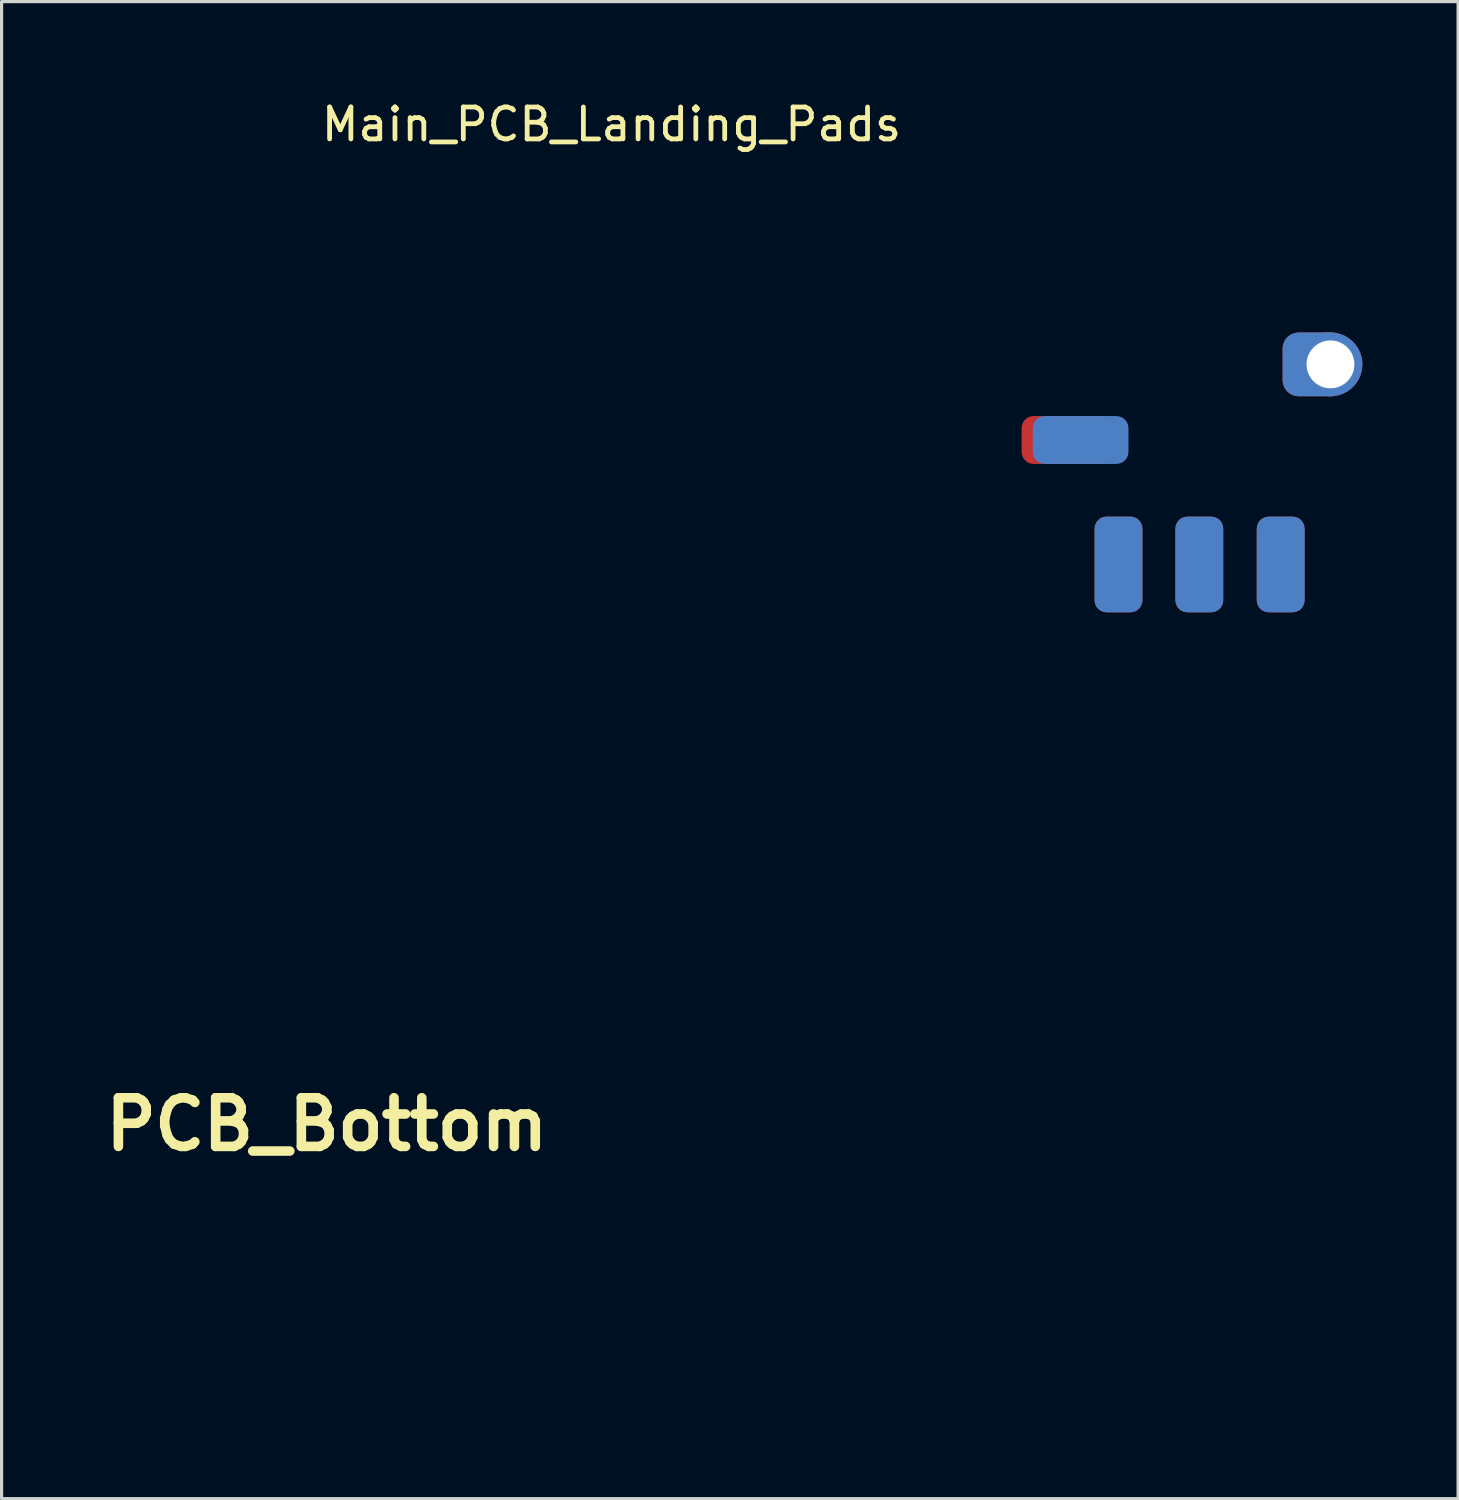
<source format=kicad_pcb>
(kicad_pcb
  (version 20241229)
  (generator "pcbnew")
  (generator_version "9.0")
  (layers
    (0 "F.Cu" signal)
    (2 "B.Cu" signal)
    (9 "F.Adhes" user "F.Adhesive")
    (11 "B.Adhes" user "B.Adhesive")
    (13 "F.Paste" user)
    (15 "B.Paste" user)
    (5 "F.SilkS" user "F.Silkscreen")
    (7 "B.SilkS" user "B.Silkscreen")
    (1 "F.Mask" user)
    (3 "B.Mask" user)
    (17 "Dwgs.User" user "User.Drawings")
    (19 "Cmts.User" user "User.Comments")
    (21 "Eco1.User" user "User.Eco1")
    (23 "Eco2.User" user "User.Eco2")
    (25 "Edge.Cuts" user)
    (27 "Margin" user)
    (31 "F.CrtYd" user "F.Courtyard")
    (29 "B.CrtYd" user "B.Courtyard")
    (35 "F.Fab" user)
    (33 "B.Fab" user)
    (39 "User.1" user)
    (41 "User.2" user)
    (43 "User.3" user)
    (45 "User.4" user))
  (footprint "Main_PCB_Landing_Pads"
    (layer "F.Cu")
    (at 19.292 11.708)
    (property "Reference" "Main_PCB_Landing_Pads" (at -3.18 -10.86 0) (layer "F.SilkS") (effects (font (size 1 1) (thickness 0.15))))
    (attr through_hole)
    (fp_poly (pts (xy 9.964 -3.34) (xy 11.17 -3.34) (xy 11.17 -8.698) (xy 19.335 -8.698) (xy 19.335 -4.32) (xy 19.252 -4.307) (xy 19.116 -4.262) (xy 19 -4.18) (xy 18.914 -4.066) (xy 18.908 -4.055) (xy 18.858 -3.913) (xy 18.852 -3.777) (xy 18.891 -3.637) (xy 18.908 -3.599) (xy 18.991 -3.483) (xy 19.104 -3.398) (xy 19.239 -3.35) (xy 19.252 -3.347) (xy 19.335 -3.334) (xy 19.335 4.396) (xy 17.149 6.582) (xy 14.963 8.768) (xy -19.287 8.768) (xy -19.287 5.692) (xy -9.251 5.692) (xy -9.231 5.847) (xy -9.172 5.98) (xy -9.072 6.092) (xy -9.064 6.099) (xy -8.935 6.177) (xy -8.791 6.214) (xy -8.639 6.209) (xy -8.488 6.162) (xy -8.487 6.162) (xy -8.359 6.079) (xy -8.268 5.97) (xy -8.215 5.833) (xy -8.206 5.749) (xy -6.963 5.749) (xy -6.962 5.752) (xy -6.924 5.901) (xy -6.851 6.025) (xy -6.749 6.121) (xy -6.627 6.187) (xy -6.489 6.217) (xy -6.343 6.21) (xy -6.196 6.161) (xy -6.178 6.152) (xy -6.06 6.067) (xy -5.975 5.957) (xy -5.923 5.831) (xy -5.906 5.701) (xy -4.672 5.701) (xy -4.659 5.826) (xy -4.647 5.871) (xy -4.581 6) (xy -4.482 6.102) (xy -4.358 6.174) (xy -4.216 6.211) (xy -4.063 6.212) (xy -3.977 6.194) (xy -3.852 6.137) (xy -3.75 6.046) (xy -3.675 5.93) (xy -3.631 5.798) (xy -3.623 5.694) (xy -2.386 5.694) (xy -2.364 5.848) (xy -2.304 5.98) (xy -2.215 6.086) (xy -2.1 6.163) (xy -1.968 6.208) (xy -1.824 6.216) (xy -1.674 6.183) (xy -1.62 6.161) (xy -1.499 6.082) (xy -1.411 5.979) (xy -1.355 5.858) (xy -1.335 5.749) (xy -0.097 5.749) (xy -0.096 5.752) (xy -0.057 5.905) (xy 0.018 6.032) (xy 0.125 6.129) (xy 0.259 6.191) (xy 0.415 6.216) (xy 0.43 6.216) (xy 0.538 6.206) (xy 0.635 6.18) (xy 0.65 6.173) (xy 0.785 6.09) (xy 0.881 5.98) (xy 0.939 5.842) (xy 0.956 5.752) (xy 0.954 5.595) (xy 0.912 5.454) (xy 0.834 5.335) (xy 0.725 5.244) (xy 0.589 5.185) (xy 0.433 5.163) (xy 0.43 5.163) (xy 0.273 5.184) (xy 0.138 5.242) (xy 0.028 5.333) (xy -0.05 5.452) (xy -0.094 5.592) (xy -0.097 5.749) (xy -1.335 5.749) (xy -1.331 5.728) (xy -1.339 5.596) (xy -1.377 5.469) (xy -1.445 5.354) (xy -1.543 5.259) (xy -1.669 5.192) (xy -1.703 5.18) (xy -1.857 5.157) (xy -2.001 5.176) (xy -2.132 5.231) (xy -2.241 5.318) (xy -2.324 5.432) (xy -2.374 5.57) (xy -2.386 5.694) (xy -3.623 5.694) (xy -3.62 5.657) (xy -3.645 5.516) (xy -3.677 5.439) (xy -3.762 5.319) (xy -3.871 5.232) (xy -3.997 5.179) (xy -4.131 5.159) (xy -4.266 5.172) (xy -4.395 5.217) (xy -4.508 5.296) (xy -4.6 5.406) (xy -4.63 5.463) (xy -4.661 5.573) (xy -4.672 5.701) (xy -5.906 5.701) (xy -5.905 5.697) (xy -5.92 5.561) (xy -5.969 5.433) (xy -6.05 5.319) (xy -6.165 5.227) (xy -6.189 5.214) (xy -6.277 5.179) (xy -6.381 5.165) (xy -6.436 5.163) (xy -6.593 5.184) (xy -6.728 5.242) (xy -6.838 5.333) (xy -6.916 5.452) (xy -6.96 5.592) (xy -6.963 5.749) (xy -8.206 5.749) (xy -8.199 5.686) (xy -8.221 5.532) (xy -8.279 5.398) (xy -8.369 5.289) (xy -8.485 5.21) (xy -8.62 5.166) (xy -8.769 5.161) (xy -8.825 5.169) (xy -8.978 5.222) (xy -9.099 5.308) (xy -9.187 5.423) (xy -9.239 5.565) (xy -9.251 5.692) (xy -19.287 5.692) (xy -19.287 3.64) (xy -17.51 3.64) (xy -17.505 3.854) (xy -17.461 4.061) (xy -17.379 4.254) (xy -17.262 4.429) (xy -17.111 4.579) (xy -16.928 4.7) (xy -16.889 4.72) (xy -16.697 4.797) (xy -16.514 4.836) (xy -16.323 4.838) (xy -16.202 4.824) (xy -16.057 4.788) (xy -15.901 4.726) (xy -15.752 4.647) (xy -15.63 4.56) (xy -15.63 4.56) (xy -15.562 4.492) (xy -15.491 4.408) (xy -15.454 4.356) (xy -15.347 4.155) (xy -15.282 3.947) (xy -15.256 3.737) (xy -15.257 3.721) (xy -10.402 3.721) (xy -10.378 3.866) (xy -10.312 4.005) (xy -10.293 4.031) (xy -10.189 4.135) (xy -10.061 4.204) (xy -9.919 4.236) (xy -9.771 4.229) (xy -9.627 4.182) (xy -9.619 4.178) (xy -9.5 4.093) (xy -9.412 3.982) (xy -9.358 3.853) (xy -9.344 3.755) (xy -8.106 3.755) (xy -8.077 3.897) (xy -8.01 4.024) (xy -7.909 4.13) (xy -7.774 4.207) (xy -7.763 4.212) (xy -7.656 4.234) (xy -7.53 4.233) (xy -7.405 4.21) (xy -7.323 4.178) (xy -7.208 4.095) (xy -7.122 3.983) (xy -7.069 3.851) (xy -7.05 3.708) (xy -7.05 3.707) (xy -5.821 3.707) (xy -5.803 3.85) (xy -5.751 3.978) (xy -5.669 4.087) (xy -5.563 4.17) (xy -5.438 4.224) (xy -5.299 4.244) (xy -5.151 4.223) (xy -5.118 4.212) (xy -4.985 4.147) (xy -4.886 4.057) (xy -4.824 3.958) (xy -4.775 3.811) (xy -4.771 3.714) (xy -3.537 3.714) (xy -3.519 3.839) (xy -3.472 3.957) (xy -3.399 4.061) (xy -3.304 4.146) (xy -3.192 4.207) (xy -3.066 4.239) (xy -2.929 4.236) (xy -2.787 4.194) (xy -2.753 4.178) (xy -2.634 4.093) (xy -2.543 3.976) (xy -2.486 3.839) (xy -2.478 3.778) (xy -1.238 3.778) (xy -1.201 3.918) (xy -1.127 4.043) (xy -1.02 4.145) (xy -0.897 4.212) (xy -0.789 4.234) (xy -0.663 4.233) (xy -0.537 4.209) (xy -0.455 4.178) (xy -0.348 4.098) (xy -0.261 3.986) (xy -0.203 3.85) (xy -0.195 3.818) (xy -0.181 3.737) (xy -0.182 3.668) (xy -0.193 3.617) (xy 7.465 3.617) (xy 7.467 3.82) (xy 7.504 4.02) (xy 7.576 4.21) (xy 7.681 4.384) (xy 7.818 4.538) (xy 7.988 4.666) (xy 8.089 4.721) (xy 8.284 4.797) (xy 8.47 4.836) (xy 8.662 4.838) (xy 8.781 4.824) (xy 8.881 4.8) (xy 8.996 4.762) (xy 9.095 4.721) (xy 9.28 4.608) (xy 9.433 4.469) (xy 9.553 4.306) (xy 9.639 4.127) (xy 9.694 3.937) (xy 9.715 3.74) (xy 9.703 3.542) (xy 9.659 3.349) (xy 9.581 3.166) (xy 9.471 2.998) (xy 9.43 2.957) (xy 13.861 2.957) (xy 13.881 3) (xy 13.931 3.028) (xy 13.997 3.035) (xy 14.065 3.018) (xy 14.071 3.015) (xy 14.107 2.982) (xy 14.116 2.957) (xy 14.105 2.939) (xy 16.389 2.939) (xy 16.403 2.966) (xy 16.429 2.998) (xy 16.486 3.031) (xy 16.555 3.031) (xy 16.618 2.999) (xy 16.639 2.975) (xy 16.673 2.923) (xy 16.531 2.923) (xy 16.457 2.925) (xy 16.406 2.931) (xy 16.389 2.939) (xy 14.105 2.939) (xy 14.104 2.936) (xy 14.061 2.926) (xy 13.988 2.923) (xy 13.911 2.926) (xy 13.871 2.938) (xy 13.861 2.957) (xy 9.43 2.957) (xy 9.343 2.867) (xy 12.585 2.867) (xy 12.597 2.886) (xy 12.64 2.897) (xy 12.72 2.9) (xy 12.724 2.9) (xy 12.798 2.896) (xy 12.849 2.887) (xy 12.863 2.877) (xy 15.113 2.877) (xy 15.135 2.889) (xy 15.19 2.897) (xy 15.253 2.9) (xy 15.34 2.895) (xy 15.386 2.883) (xy 15.392 2.873) (xy 15.38 2.845) (xy 17.665 2.845) (xy 17.67 2.876) (xy 17.716 2.894) (xy 17.803 2.9) (xy 17.88 2.898) (xy 17.92 2.892) (xy 17.931 2.877) (xy 17.928 2.859) (xy 17.886 2.798) (xy 17.824 2.766) (xy 17.755 2.766) (xy 17.701 2.797) (xy 17.665 2.845) (xy 15.38 2.845) (xy 15.372 2.825) (xy 15.325 2.782) (xy 15.269 2.761) (xy 15.261 2.761) (xy 15.208 2.776) (xy 15.155 2.812) (xy 15.119 2.855) (xy 15.113 2.877) (xy 12.863 2.877) (xy 12.844 2.835) (xy 12.798 2.793) (xy 12.742 2.765) (xy 12.714 2.761) (xy 12.652 2.777) (xy 12.603 2.818) (xy 12.585 2.867) (xy 9.343 2.867) (xy 9.327 2.851) (xy 9.15 2.729) (xy 9.109 2.708) (xy 8.895 2.625) (xy 8.676 2.585) (xy 8.457 2.588) (xy 8.244 2.633) (xy 8.043 2.718) (xy 7.859 2.845) (xy 7.825 2.875) (xy 7.678 3.039) (xy 7.57 3.221) (xy 7.499 3.415) (xy 7.465 3.617) (xy -0.193 3.617) (xy -0.2 3.585) (xy -0.207 3.559) (xy -0.27 3.42) (xy -0.363 3.309) (xy -0.482 3.231) (xy -0.617 3.187) (xy -0.763 3.181) (xy -0.912 3.217) (xy -0.95 3.233) (xy -1.044 3.284) (xy -1.11 3.341) (xy -1.161 3.418) (xy -1.192 3.48) (xy -1.236 3.629) (xy -1.238 3.778) (xy -2.478 3.778) (xy -2.47 3.709) (xy -2.491 3.56) (xy -2.552 3.426) (xy -2.646 3.316) (xy -2.766 3.234) (xy -2.907 3.187) (xy -3.003 3.178) (xy -3.148 3.196) (xy -3.274 3.253) (xy -3.377 3.337) (xy -3.47 3.457) (xy -3.522 3.584) (xy -3.537 3.714) (xy -4.771 3.714) (xy -4.768 3.657) (xy -4.803 3.507) (xy -4.814 3.48) (xy -4.865 3.383) (xy -4.92 3.316) (xy -4.995 3.264) (xy -5.056 3.233) (xy -5.203 3.187) (xy -5.35 3.182) (xy -5.489 3.216) (xy -5.613 3.285) (xy -5.713 3.386) (xy -5.785 3.516) (xy -5.798 3.555) (xy -5.821 3.707) (xy -7.05 3.707) (xy -7.069 3.562) (xy -7.11 3.454) (xy -7.193 3.337) (xy -7.301 3.253) (xy -7.427 3.201) (xy -7.561 3.181) (xy -7.696 3.194) (xy -7.824 3.239) (xy -7.937 3.316) (xy -8.026 3.425) (xy -8.042 3.455) (xy -8.096 3.606) (xy -8.106 3.755) (xy -9.344 3.755) (xy -9.338 3.714) (xy -9.354 3.574) (xy -9.406 3.441) (xy -9.49 3.332) (xy -9.593 3.25) (xy -9.71 3.202) (xy -9.808 3.185) (xy -9.966 3.188) (xy -10.106 3.234) (xy -10.229 3.32) (xy -10.327 3.439) (xy -10.384 3.576) (xy -10.402 3.721) (xy -15.257 3.721) (xy -15.27 3.529) (xy -15.319 3.329) (xy -15.404 3.141) (xy -15.522 2.973) (xy -15.672 2.827) (xy -15.851 2.71) (xy -16.005 2.645) (xy -16.222 2.593) (xy -16.439 2.583) (xy -16.651 2.613) (xy -16.851 2.681) (xy -17.035 2.783) (xy -17.196 2.919) (xy -17.329 3.085) (xy -17.396 3.206) (xy -17.475 3.422) (xy -17.51 3.64) (xy -19.287 3.64) (xy -19.287 1.732) (xy -9.256 1.732) (xy -9.243 1.843) (xy -9.189 1.986) (xy -9.103 2.103) (xy -8.99 2.19) (xy -8.858 2.244) (xy -8.716 2.261) (xy -8.569 2.239) (xy -8.475 2.202) (xy -8.374 2.132) (xy -8.287 2.035) (xy -8.227 1.928) (xy -8.222 1.914) (xy -8.201 1.796) (xy -8.203 1.727) (xy -6.957 1.727) (xy -6.938 1.891) (xy -6.882 2.027) (xy -6.79 2.135) (xy -6.664 2.212) (xy -6.579 2.241) (xy -6.507 2.26) (xy -6.461 2.269) (xy -6.42 2.268) (xy -6.364 2.258) (xy -6.322 2.249) (xy -6.174 2.196) (xy -6.057 2.111) (xy -5.973 1.995) (xy -5.926 1.85) (xy -5.915 1.727) (xy -5.916 1.682) (xy -4.669 1.682) (xy -4.665 1.833) (xy -4.631 1.958) (xy -4.562 2.067) (xy -4.551 2.08) (xy -4.434 2.18) (xy -4.297 2.241) (xy -4.147 2.262) (xy -3.991 2.241) (xy -3.919 2.216) (xy -3.856 2.18) (xy -3.79 2.128) (xy -3.777 2.116) (xy -3.685 1.994) (xy -3.632 1.856) (xy -3.62 1.726) (xy -2.389 1.726) (xy -2.37 1.874) (xy -2.309 2.016) (xy -2.295 2.037) (xy -2.198 2.144) (xy -2.075 2.218) (xy -1.935 2.256) (xy -1.788 2.256) (xy -1.642 2.217) (xy -1.609 2.202) (xy -1.508 2.132) (xy -1.421 2.035) (xy -1.361 1.928) (xy -1.356 1.914) (xy -1.334 1.796) (xy -1.336 1.727) (xy -0.091 1.727) (xy -0.072 1.891) (xy -0.016 2.027) (xy 0.076 2.135) (xy 0.202 2.212) (xy 0.287 2.241) (xy 0.359 2.26) (xy 0.405 2.269) (xy 0.446 2.268) (xy 0.502 2.258) (xy 0.544 2.249) (xy 0.693 2.196) (xy 0.809 2.111) (xy 0.893 1.995) (xy 0.94 1.85) (xy 0.951 1.727) (xy 0.949 1.631) (xy 0.937 1.563) (xy 0.912 1.5) (xy 0.882 1.448) (xy 0.785 1.331) (xy 0.663 1.252) (xy 0.516 1.213) (xy 0.43 1.208) (xy 0.27 1.227) (xy 0.135 1.285) (xy 0.026 1.383) (xy -0.021 1.448) (xy -0.06 1.518) (xy -0.082 1.58) (xy -0.09 1.654) (xy -0.091 1.727) (xy -1.336 1.727) (xy -1.338 1.664) (xy -1.365 1.538) (xy -1.409 1.441) (xy -1.51 1.325) (xy -1.633 1.249) (xy -1.78 1.213) (xy -1.809 1.211) (xy -1.96 1.214) (xy -2.084 1.249) (xy -2.193 1.317) (xy -2.206 1.329) (xy -2.306 1.445) (xy -2.367 1.58) (xy -2.389 1.726) (xy -3.62 1.726) (xy -3.619 1.712) (xy -3.643 1.569) (xy -3.706 1.436) (xy -3.8 1.329) (xy -3.907 1.255) (xy -4.029 1.217) (xy -4.176 1.21) (xy -4.197 1.211) (xy -4.35 1.241) (xy -4.478 1.309) (xy -4.577 1.409) (xy -4.642 1.539) (xy -4.669 1.682) (xy -5.916 1.682) (xy -5.917 1.631) (xy -5.929 1.563) (xy -5.954 1.5) (xy -5.984 1.448) (xy -6.081 1.331) (xy -6.203 1.252) (xy -6.35 1.213) (xy -6.436 1.208) (xy -6.596 1.227) (xy -6.731 1.285) (xy -6.841 1.383) (xy -6.888 1.448) (xy -6.926 1.518) (xy -6.948 1.58) (xy -6.956 1.654) (xy -6.957 1.727) (xy -8.203 1.727) (xy -8.204 1.664) (xy -8.231 1.538) (xy -8.275 1.441) (xy -8.376 1.325) (xy -8.499 1.249) (xy -8.646 1.213) (xy -8.675 1.211) (xy -8.826 1.214) (xy -8.95 1.249) (xy -9.059 1.317) (xy -9.072 1.329) (xy -9.173 1.446) (xy -9.235 1.583) (xy -9.256 1.732) (xy -19.287 1.732) (xy -19.287 -0.526) (xy 11.054 -0.526) (xy 11.062 -0.464) (xy 11.081 -0.422) (xy 11.082 -0.422) (xy 11.13 -0.4) (xy 11.196 -0.396) (xy 11.258 -0.409) (xy 11.285 -0.427) (xy 11.308 -0.487) (xy 11.3 -0.558) (xy 11.267 -0.621) (xy 11.236 -0.647) (xy 11.188 -0.668) (xy 11.148 -0.661) (xy 11.115 -0.642) (xy 11.067 -0.594) (xy 11.054 -0.526) (xy -19.287 -0.526) (xy -19.287 -3.456) (xy -15.877 -3.456) (xy -15.877 -1.995) (xy -15.506 -1.995) (xy -15.506 -3.456) (xy -10.379 -3.456) (xy -10.379 -1.995) (xy -10.008 -1.995) (xy -10.008 -3.456) (xy -10.379 -3.456) (xy -15.506 -3.456) (xy -15.877 -3.456) (xy -19.287 -3.456) (xy -19.287 -5.474) (xy -18.266 -5.474) (xy -18.266 -3.989) (xy -17.895 -3.989) (xy -17.895 -5.474) (xy -12.189 -5.474) (xy -12.189 -3.989) (xy -11.794 -3.989) (xy -11.794 -5.474) (xy -6.691 -5.474) (xy -6.691 -3.989) (xy -6.297 -3.989) (xy -6.297 -5.474) (xy -6.691 -5.474) (xy -11.794 -5.474) (xy -12.189 -5.474) (xy -17.895 -5.474) (xy -18.266 -5.474) (xy -19.287 -5.474) (xy -19.287 -8.698) (xy 9.964 -8.698) (xy 9.964 -3.34)) (stroke (width 0.01) (type solid)) (fill no) (layer "Eco1.User"))
    (pad "1" smd roundrect (at 17.79 2.93) (size 1.5 3) (layers "B.Cu" "B.Mask" "B.Paste") (roundrect_rratio 0.25))
    (pad "2" smd roundrect (at 15.24 2.93) (size 1.5 3) (layers "B.Cu" "B.Mask" "B.Paste") (roundrect_rratio 0.25))
    (pad "3" smd roundrect (at 17.79 2.93) (size 1.5 3) (layers "F.Cu" "F.Mask" "F.Paste") (roundrect_rratio 0.25))
    (pad "4" smd roundrect (at 12.707 2.93) (size 1.5 3) (layers "B.Cu" "B.Mask" "B.Paste") (roundrect_rratio 0.25))
    (pad "5" smd roundrect (at 11.521 -0.97 90) (size 1.5 3) (layers "B.Cu" "B.Mask" "B.Paste") (roundrect_rratio 0.25))
    (pad "7" smd roundrect (at 15.24 2.93) (size 1.5 3) (layers "F.Cu" "F.Mask" "F.Paste") (roundrect_rratio 0.25))
    (pad "8" smd roundrect (at 12.71 2.93) (size 1.5 3) (layers "F.Cu" "F.Mask" "F.Paste") (roundrect_rratio 0.25))
    (pad "9" smd roundrect (at 11.17 -0.97 90) (size 1.5 3) (layers "F.Cu" "F.Mask" "F.Paste") (roundrect_rratio 0.25))
    (pad "10" thru_hole circle (at 19.35 -3.34) (size 2 2) (drill 1.5) (layers "*.Cu" "*.Mask"))
    (pad "10" thru_hole roundrect (at 19.35 -3.34) (size 2 2) (drill 0.3 (offset -0.5 0)) (layers "*.Cu" "*.Mask") (roundrect_rratio 0.25)))
  (footprint "PCB_Bottom"
    (layer "F.Cu")
    (at 7.192 32.185)
    (property "Reference" "PCB_Bottom" (at 0 0 0) (layer "F.SilkS") (effects (font (size 1.524 1.524) (thickness 0.3))))
    (attr through_hole)
    (fp_poly (pts (xy 3.735 -3.525) (xy 3.735 -2.948) (xy 3.735 -2.415) (xy 3.735 -1.925) (xy 3.734 -1.476) (xy 3.734 -1.066) (xy 3.734 -0.694) (xy 3.734 -0.357) (xy 3.733 -0.054) (xy 3.732 0.218) (xy 3.732 0.459) (xy 3.731 0.672) (xy 3.73 0.859) (xy 3.728 1.021) (xy 3.727 1.161) (xy 3.725 1.279) (xy 3.723 1.378) (xy 3.721 1.46) (xy 3.718 1.526) (xy 3.716 1.579) (xy 3.712 1.619) (xy 3.709 1.65) (xy 3.705 1.672) (xy 3.701 1.688) (xy 3.697 1.699) (xy 3.692 1.708) (xy 3.689 1.712) (xy 3.628 1.832) (xy 3.602 1.968) (xy 3.614 2.102) (xy 3.615 2.105) (xy 3.642 2.186) (xy 3.676 2.258) (xy 3.689 2.278) (xy 3.695 2.288) (xy 3.701 2.3) (xy 3.706 2.316) (xy 3.711 2.34) (xy 3.715 2.372) (xy 3.719 2.416) (xy 3.722 2.475) (xy 3.724 2.549) (xy 3.727 2.642) (xy 3.729 2.756) (xy 3.73 2.893) (xy 3.732 3.056) (xy 3.732 3.246) (xy 3.733 3.467) (xy 3.734 3.72) (xy 3.734 4.008) (xy 3.734 4.333) (xy 3.735 4.698) (xy 3.735 5.105) (xy 3.735 5.531) (xy 3.735 8.722) (xy 1.422 8.722) (xy 1.396 8.664) (xy 1.349 8.61) (xy 1.282 8.589) (xy 1.208 8.607) (xy 1.194 8.615) (xy 1.153 8.653) (xy 1.137 8.688) (xy 1.132 8.695) (xy 1.115 8.702) (xy 1.083 8.708) (xy 1.031 8.712) (xy 0.957 8.715) (xy 0.855 8.718) (xy 0.724 8.72) (xy 0.558 8.721) (xy 0.355 8.722) (xy 0.111 8.722) (xy 0.003 8.722) (xy -1.132 8.722) (xy -1.146 8.664) (xy -1.177 8.617) (xy -1.23 8.592) (xy -1.292 8.589) (xy -1.349 8.607) (xy -1.385 8.644) (xy -1.392 8.675) (xy -1.393 8.686) (xy -1.398 8.694) (xy -1.411 8.702) (xy -1.436 8.708) (xy -1.476 8.712) (xy -1.536 8.716) (xy -1.62 8.718) (xy -1.73 8.72) (xy -1.871 8.721) (xy -2.046 8.722) (xy -2.26 8.722) (xy -2.516 8.722) (xy -3.711 8.722) (xy -3.711 5.439) (xy -3.659 5.416) (xy -3.624 5.39) (xy -3.609 5.343) (xy -3.607 5.3) (xy -3.613 5.235) (xy -3.636 5.198) (xy -3.659 5.185) (xy -3.711 5.162) (xy -3.711 -6.084) (xy -1.087 -6.084) (xy -1.066 -6.037) (xy -1.018 -6.01) (xy -0.997 -6.008) (xy -0.949 -6.023) (xy -0.932 -6.036) (xy -0.904 -6.088) (xy -0.905 -6.092) (xy 0.916 -6.092) (xy 0.929 -6.053) (xy 0.971 -6.014) (xy 1.026 -6.013) (xy 1.062 -6.036) (xy 1.088 -6.087) (xy 1.08 -6.138) (xy 1.045 -6.176) (xy 0.992 -6.186) (xy 0.978 -6.183) (xy 0.928 -6.147) (xy 0.916 -6.092) (xy -0.905 -6.092) (xy -0.912 -6.139) (xy -0.948 -6.174) (xy -1.002 -6.183) (xy -1.033 -6.174) (xy -1.077 -6.135) (xy -1.087 -6.084) (xy -3.711 -6.084) (xy -3.711 -8.699) (xy 3.735 -8.699) (xy 3.735 -3.525)) (stroke (width 0.01) (type solid)) (fill no) (layer "Eco1.User")))
  (gr_rect
    (start -3 -3)
    (end 42.642 43.912)
    (stroke (width 0.1) (type default))
    (fill no)
    (layer "Edge.Cuts")))
</source>
